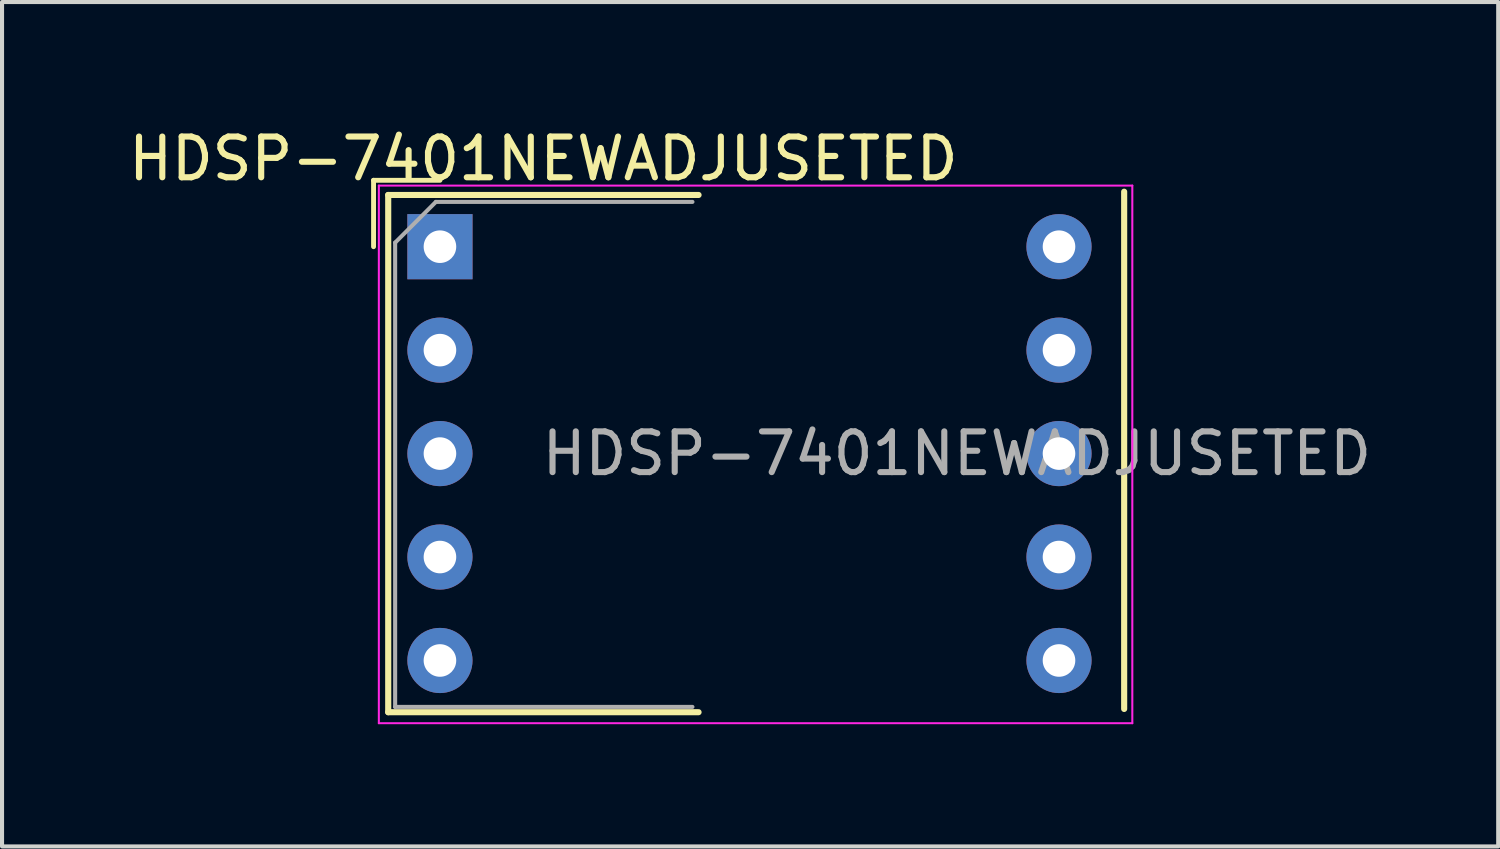
<source format=kicad_pcb>
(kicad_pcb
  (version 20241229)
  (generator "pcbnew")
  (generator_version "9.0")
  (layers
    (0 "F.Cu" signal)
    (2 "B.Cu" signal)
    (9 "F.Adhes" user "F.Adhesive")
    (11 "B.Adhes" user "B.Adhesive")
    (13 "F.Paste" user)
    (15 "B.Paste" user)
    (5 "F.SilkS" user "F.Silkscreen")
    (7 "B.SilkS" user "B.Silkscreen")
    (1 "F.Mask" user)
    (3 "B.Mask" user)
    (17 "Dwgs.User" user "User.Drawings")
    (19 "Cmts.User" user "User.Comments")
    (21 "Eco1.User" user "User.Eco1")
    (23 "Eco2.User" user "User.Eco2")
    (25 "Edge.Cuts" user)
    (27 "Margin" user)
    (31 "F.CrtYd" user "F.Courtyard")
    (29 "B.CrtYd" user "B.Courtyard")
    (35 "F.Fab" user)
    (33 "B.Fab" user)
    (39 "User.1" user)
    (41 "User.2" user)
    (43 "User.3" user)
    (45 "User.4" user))
  (footprint "HDSP-7401NEWADJUSETED"
    (layer "F.Cu")
    (at 7.752 3.007)
    (property "Reference" "HDSP-7401NEWADJUSETED" (at 2.54 -2.159 0) (layer "F.SilkS") (effects (font (size 1 1) (thickness 0.15))))
    (attr through_hole)
    (fp_line (start -1.63 -1.63) (end 0 -1.63) (stroke (width 0.12) (type solid)) (layer "F.SilkS"))
    (fp_line (start -1.63 0) (end -1.63 -1.63) (stroke (width 0.12) (type solid)) (layer "F.SilkS"))
    (fp_line (start -1.27 -1.27) (end -1.27 11.43) (stroke (width 0.15) (type solid)) (layer "F.SilkS"))
    (fp_line (start -1.27 11.43) (end 6.35 11.43) (stroke (width 0.15) (type solid)) (layer "F.SilkS"))
    (fp_line (start 6.35 -1.27) (end -1.27 -1.27) (stroke (width 0.15) (type solid)) (layer "F.SilkS"))
    (fp_line (start 16.8 11.35) (end 16.8 -1.35) (stroke (width 0.15) (type solid)) (layer "F.SilkS"))
    (fp_line (start -1.5 -1.5) (end 17 -1.5) (stroke (width 0.05) (type solid)) (layer "F.CrtYd"))
    (fp_line (start -1.5 11.7) (end -1.5 -1.5) (stroke (width 0.05) (type solid)) (layer "F.CrtYd"))
    (fp_line (start 17 -1.5) (end 17 11.7) (stroke (width 0.05) (type solid)) (layer "F.CrtYd"))
    (fp_line (start 17 11.7) (end -1.5 11.7) (stroke (width 0.05) (type solid)) (layer "F.CrtYd"))
    (fp_line (start -1.1 -0.1) (end -0.1 -1.1) (stroke (width 0.1) (type solid)) (layer "F.Fab"))
    (fp_line (start -1.1 11.3) (end -1.1 -0.1) (stroke (width 0.1) (type solid)) (layer "F.Fab"))
    (fp_line (start -0.1 -1.1) (end 6.2 -1.1) (stroke (width 0.1) (type solid)) (layer "F.Fab"))
    (fp_line (start 6.2 11.3) (end -1.1 11.3) (stroke (width 0.1) (type solid)) (layer "F.Fab"))
    (fp_text user "${REFERENCE}" (at 12.693 5.08 0) (layer "F.Fab") (effects (font (size 1 1) (thickness 0.15))))
    (pad "1" thru_hole rect (at 0 0) (size 1.6 1.6) (drill 0.8) (layers "*.Cu" "*.Mask"))
    (pad "2" thru_hole circle (at 0 2.54) (size 1.6 1.6) (drill 0.8) (layers "*.Cu" "*.Mask"))
    (pad "3" thru_hole circle (at 0 5.08) (size 1.6 1.6) (drill 0.8) (layers "*.Cu" "*.Mask"))
    (pad "4" thru_hole circle (at 0 7.62) (size 1.6 1.6) (drill 0.8) (layers "*.Cu" "*.Mask"))
    (pad "5" thru_hole circle (at 0 10.16) (size 1.6 1.6) (drill 0.8) (layers "*.Cu" "*.Mask"))
    (pad "6" thru_hole circle (at 15.2 10.16) (size 1.6 1.6) (drill 0.8) (layers "*.Cu" "*.Mask"))
    (pad "7" thru_hole circle (at 15.2 7.62) (size 1.6 1.6) (drill 0.8) (layers "*.Cu" "*.Mask"))
    (pad "8" thru_hole circle (at 15.2 5.08) (size 1.6 1.6) (drill 0.8) (layers "*.Cu" "*.Mask"))
    (pad "9" thru_hole circle (at 15.2 2.54) (size 1.6 1.6) (drill 0.8) (layers "*.Cu" "*.Mask"))
    (pad "10" thru_hole circle (at 15.2 0) (size 1.6 1.6) (drill 0.8) (layers "*.Cu" "*.Mask")))
  (gr_rect
    (start -3 -3)
    (end 33.736 17.732)
    (stroke (width 0.1) (type default))
    (fill no)
    (layer "Edge.Cuts")))
</source>
